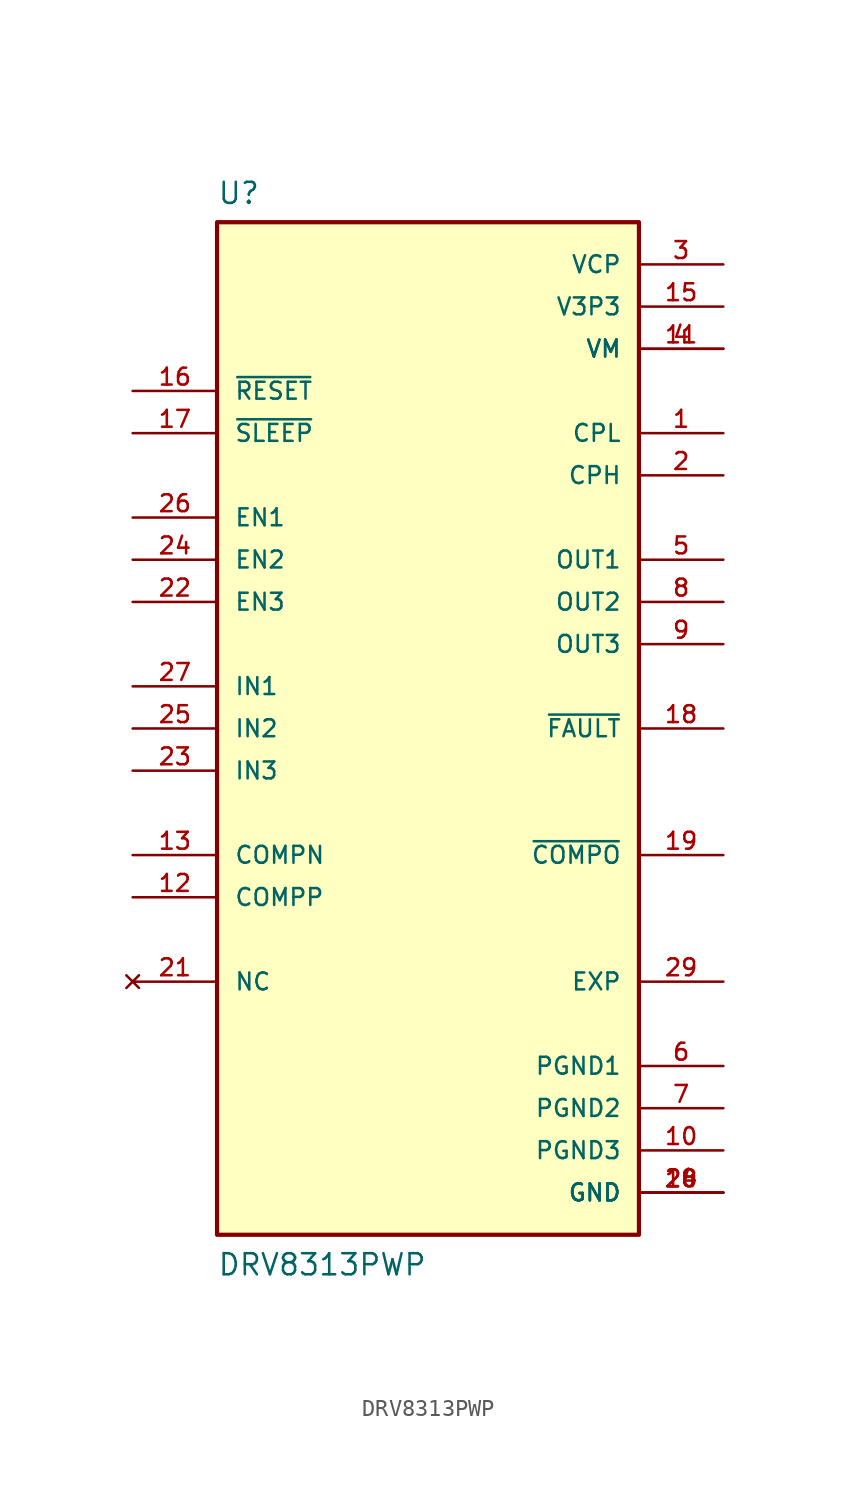
<source format=kicad_sym>
(kicad_symbol_lib
  (version 20231120)
  (generator "kicad_symbol_editor")
  (generator_version "8.0")
  (symbol "DRV8313PWP"
    (pin_names
      (offset 1.016))
    (property "Reference" "U"
      (at -12.7 31.48 0)
      (effects (font (size 1.27 1.27)) (justify left bottom)))
    (property "Value" "DRV8313PWP"
      (at -12.7 -33.02 0)
      (effects (font (size 1.27 1.27)) (justify left bottom)))
    (symbol "DRV8313PWP_0_0"
      (rectangle (start -12.7 -30.48) (end 12.7 30.48) (stroke (width 0.254) (type default)) (fill (type background)))
      (pin power_in line (at 17.78 17.78 180) (length 5.08) (name "CPL" (effects (font (size 1.016 1.016)))) (number "1" (effects (font (size 1.016 1.016)))))
      (pin power_in line (at 17.78 -25.4 180) (length 5.08) (name "PGND3" (effects (font (size 1.016 1.016)))) (number "10" (effects (font (size 1.016 1.016)))))
      (pin power_in line (at 17.78 22.86 180) (length 5.08) (name "VM" (effects (font (size 1.016 1.016)))) (number "11" (effects (font (size 1.016 1.016)))))
      (pin input line (at -17.78 -10.16 0) (length 5.08) (name "COMPP" (effects (font (size 1.016 1.016)))) (number "12" (effects (font (size 1.016 1.016)))))
      (pin input line (at -17.78 -7.62 0) (length 5.08) (name "COMPN" (effects (font (size 1.016 1.016)))) (number "13" (effects (font (size 1.016 1.016)))))
      (pin power_in line (at 17.78 -27.94 180) (length 5.08) (name "GND" (effects (font (size 1.016 1.016)))) (number "14" (effects (font (size 1.016 1.016)))))
      (pin power_in line (at 17.78 25.4 180) (length 5.08) (name "V3P3" (effects (font (size 1.016 1.016)))) (number "15" (effects (font (size 1.016 1.016)))))
      (pin input line (at -17.78 20.32 0) (length 5.08) (name "~{RESET}" (effects (font (size 1.016 1.016)))) (number "16" (effects (font (size 1.016 1.016)))))
      (pin input line (at -17.78 17.78 0) (length 5.08) (name "~{SLEEP}" (effects (font (size 1.016 1.016)))) (number "17" (effects (font (size 1.016 1.016)))))
      (pin output line (at 17.78 0 180) (length 5.08) (name "~{FAULT}" (effects (font (size 1.016 1.016)))) (number "18" (effects (font (size 1.016 1.016)))))
      (pin output line (at 17.78 -7.62 180) (length 5.08) (name "~{COMPO}" (effects (font (size 1.016 1.016)))) (number "19" (effects (font (size 1.016 1.016)))))
      (pin power_in line (at 17.78 15.24 180) (length 5.08) (name "CPH" (effects (font (size 1.016 1.016)))) (number "2" (effects (font (size 1.016 1.016)))))
      (pin power_in line (at 17.78 -27.94 180) (length 5.08) (name "GND" (effects (font (size 1.016 1.016)))) (number "20" (effects (font (size 1.016 1.016)))))
      (pin no_connect line (at -17.78 -15.24 0) (length 5.08) (name "NC" (effects (font (size 1.016 1.016)))) (number "21" (effects (font (size 1.016 1.016)))))
      (pin input line (at -17.78 7.62 0) (length 5.08) (name "EN3" (effects (font (size 1.016 1.016)))) (number "22" (effects (font (size 1.016 1.016)))))
      (pin input line (at -17.78 -2.54 0) (length 5.08) (name "IN3" (effects (font (size 1.016 1.016)))) (number "23" (effects (font (size 1.016 1.016)))))
      (pin input line (at -17.78 10.16 0) (length 5.08) (name "EN2" (effects (font (size 1.016 1.016)))) (number "24" (effects (font (size 1.016 1.016)))))
      (pin input line (at -17.78 0 0) (length 5.08) (name "IN2" (effects (font (size 1.016 1.016)))) (number "25" (effects (font (size 1.016 1.016)))))
      (pin input line (at -17.78 12.7 0) (length 5.08) (name "EN1" (effects (font (size 1.016 1.016)))) (number "26" (effects (font (size 1.016 1.016)))))
      (pin input line (at -17.78 2.54 0) (length 5.08) (name "IN1" (effects (font (size 1.016 1.016)))) (number "27" (effects (font (size 1.016 1.016)))))
      (pin power_in line (at 17.78 -27.94 180) (length 5.08) (name "GND" (effects (font (size 1.016 1.016)))) (number "28" (effects (font (size 1.016 1.016)))))
      (pin power_in line (at 17.78 -15.24 180) (length 5.08) (name "EXP" (effects (font (size 1.016 1.016)))) (number "29" (effects (font (size 1.016 1.016)))))
      (pin power_in line (at 17.78 27.94 180) (length 5.08) (name "VCP" (effects (font (size 1.016 1.016)))) (number "3" (effects (font (size 1.016 1.016)))))
      (pin power_in line (at 17.78 22.86 180) (length 5.08) (name "VM" (effects (font (size 1.016 1.016)))) (number "4" (effects (font (size 1.016 1.016)))))
      (pin output line (at 17.78 10.16 180) (length 5.08) (name "OUT1" (effects (font (size 1.016 1.016)))) (number "5" (effects (font (size 1.016 1.016)))))
      (pin power_in line (at 17.78 -20.32 180) (length 5.08) (name "PGND1" (effects (font (size 1.016 1.016)))) (number "6" (effects (font (size 1.016 1.016)))))
      (pin power_in line (at 17.78 -22.86 180) (length 5.08) (name "PGND2" (effects (font (size 1.016 1.016)))) (number "7" (effects (font (size 1.016 1.016)))))
      (pin output line (at 17.78 7.62 180) (length 5.08) (name "OUT2" (effects (font (size 1.016 1.016)))) (number "8" (effects (font (size 1.016 1.016)))))
      (pin output line (at 17.78 5.08 180) (length 5.08) (name "OUT3" (effects (font (size 1.016 1.016)))) (number "9" (effects (font (size 1.016 1.016))))))))
</source>
